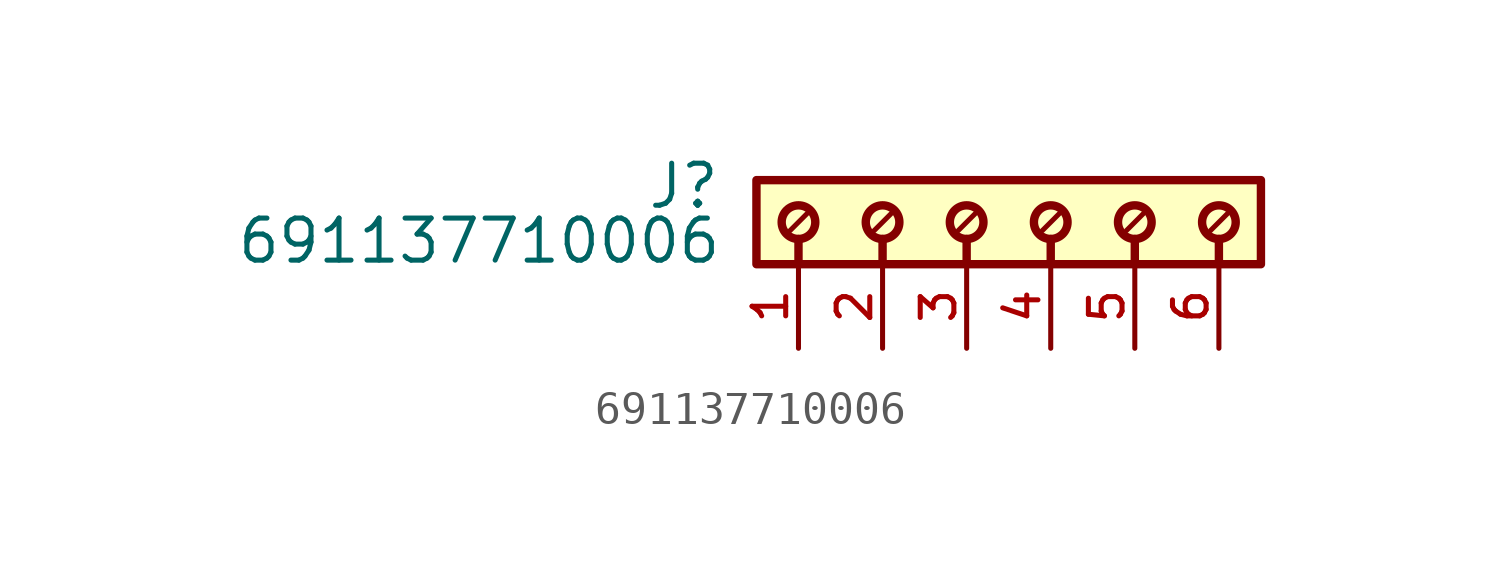
<source format=kicad_sym>
(kicad_symbol_lib
  (version 20211014)
  (generator kicad_symbol_editor)
  (symbol "691137710006"
    (pin_names
      (offset 1.016))
    (property "Reference" "J"
      (at -9.96 -0.922 0)
      (effects (font (size 1.27 1.27)) (justify bottom right)))
    (property "Value" "691137710006"
      (at -9.91 -2.58 0)
      (effects (font (size 1.27 1.27)) (justify bottom right)))
    (symbol "691137710006_0_0"
      (polyline (pts (xy -7.62 -1.778) (xy -7.62 -2.54)) (stroke (width 0.254)))
      (polyline (pts (xy -5.08 -1.778) (xy -5.08 -2.54)) (stroke (width 0.254)))
      (polyline (pts (xy -7.366 -1.016) (xy -7.874 -1.524)) (stroke (width 0.152)))
      (polyline (pts (xy -4.826 -1.016) (xy -5.334 -1.524)) (stroke (width 0.152)))
      (polyline (pts (xy -2.54 -1.778) (xy -2.54 -2.54)) (stroke (width 0.254)))
      (polyline (pts (xy -2.286 -1.016) (xy -2.794 -1.524)) (stroke (width 0.152)))
      (polyline (pts (xy 0.0 -1.778) (xy 0.0 -2.54)) (stroke (width 0.254)))
      (polyline (pts (xy 0.254 -1.016) (xy -0.254 -1.524)) (stroke (width 0.152)))
      (polyline (pts (xy 2.54 -1.778) (xy 2.54 -2.54)) (stroke (width 0.254)))
      (polyline (pts (xy 2.794 -1.016) (xy 2.286 -1.524)) (stroke (width 0.152)))
      (polyline (pts (xy 5.08 -1.778) (xy 5.08 -2.54)) (stroke (width 0.254)))
      (polyline (pts (xy 5.334 -1.016) (xy 4.826 -1.524)) (stroke (width 0.152)))
      (circle (center -7.62 -1.27) (radius 0.508) (stroke (width 0.254)) (fill (type none)))
      (circle (center -5.08 -1.27) (radius 0.508) (stroke (width 0.254)) (fill (type none)))
      (circle (center -2.54 -1.27) (radius 0.508) (stroke (width 0.254)) (fill (type none)))
      (circle (center 0.0 -1.27) (radius 0.508) (stroke (width 0.254)) (fill (type none)))
      (circle (center 2.54 -1.27) (radius 0.508) (stroke (width 0.254)) (fill (type none)))
      (circle (center 5.08 -1.27) (radius 0.508) (stroke (width 0.254)) (fill (type none)))
      (rectangle (start -8.89 -2.54) (end 6.35 0.0) (stroke (width 0.254)) (fill (type background)))
      (pin passive line (at -7.62 -5.08 90.0) (length 2.54) (name "~" (effects (font (size 1.016 1.016)))) (number "1" (effects (font (size 1.016 1.016)))))
      (pin passive line (at -5.08 -5.08 90.0) (length 2.54) (name "~" (effects (font (size 1.016 1.016)))) (number "2" (effects (font (size 1.016 1.016)))))
      (pin passive line (at -2.54 -5.08 90.0) (length 2.54) (name "~" (effects (font (size 1.016 1.016)))) (number "3" (effects (font (size 1.016 1.016)))))
      (pin passive line (at 0.0 -5.08 90.0) (length 2.54) (name "~" (effects (font (size 1.016 1.016)))) (number "4" (effects (font (size 1.016 1.016)))))
      (pin passive line (at 2.54 -5.08 90.0) (length 2.54) (name "~" (effects (font (size 1.016 1.016)))) (number "5" (effects (font (size 1.016 1.016)))))
      (pin passive line (at 5.08 -5.08 90.0) (length 2.54) (name "~" (effects (font (size 1.016 1.016)))) (number "6" (effects (font (size 1.016 1.016))))))))
</source>
